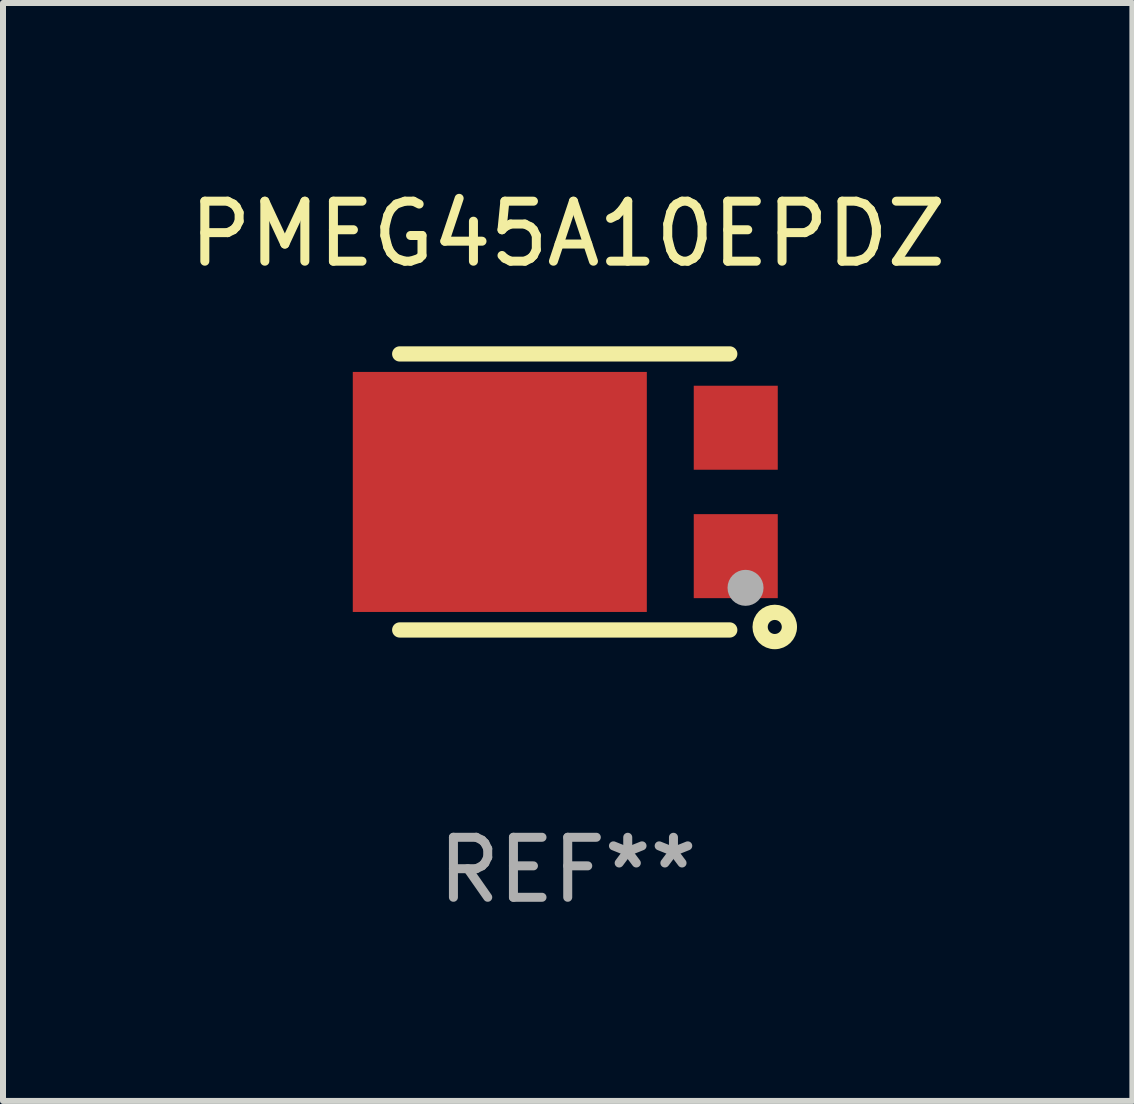
<source format=kicad_pcb>
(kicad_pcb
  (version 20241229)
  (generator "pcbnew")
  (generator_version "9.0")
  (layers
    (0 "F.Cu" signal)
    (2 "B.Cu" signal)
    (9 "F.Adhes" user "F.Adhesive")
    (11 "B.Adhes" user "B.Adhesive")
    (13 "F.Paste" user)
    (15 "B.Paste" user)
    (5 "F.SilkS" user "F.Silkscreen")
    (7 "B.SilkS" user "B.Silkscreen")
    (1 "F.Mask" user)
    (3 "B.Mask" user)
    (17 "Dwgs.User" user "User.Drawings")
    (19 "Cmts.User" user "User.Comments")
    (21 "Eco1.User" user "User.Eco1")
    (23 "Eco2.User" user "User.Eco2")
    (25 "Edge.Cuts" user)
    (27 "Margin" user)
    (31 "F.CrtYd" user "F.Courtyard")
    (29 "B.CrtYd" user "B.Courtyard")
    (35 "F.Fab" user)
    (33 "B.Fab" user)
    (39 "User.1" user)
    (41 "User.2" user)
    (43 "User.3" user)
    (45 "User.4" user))
  (footprint "PMEG45A10EPDZ"
    (layer "F.Cu")
    (at 6.411 5.148)
    (property "Reference" "PMEG45A10EPDZ" (at 0 -4.3 0) (layer "F.SilkS") (effects (font (size 1 1) (thickness 0.15))))
    (attr through_hole)
    (fp_line (start -2.8 2.3) (end 2.7 2.3) (stroke (width 0.254) (type solid)) (layer "F.SilkS"))
    (fp_line (start 2.7 -2.3) (end -2.8 -2.3) (stroke (width 0.254) (type solid)) (layer "F.SilkS"))
    (fp_circle (center 3.2 2.15) (end 3.23 2.15) (stroke (width 0.06) (type solid)) (fill no) (layer "F.SilkS"))
    (fp_circle (center 3.45 2.25) (end 3.567 2.25) (stroke (width 0.254) (type solid)) (fill no) (layer "F.SilkS"))
    (fp_circle (center 2.963 1.598) (end 3.113 1.598) (stroke (width 0.3) (type solid)) (fill no) (layer "F.Fab"))
    (fp_text user "REF**" (at 0 6.3 0) (layer "F.Fab") (effects (font (size 1 1) (thickness 0.15))))
    (pad "1" smd rect (at 2.8 1.07 90) (size 1.4 1.4) (layers "F.Cu" "F.Mask" "F.Paste"))
    (pad "2" smd rect (at 2.8 -1.07 90) (size 1.4 1.4) (layers "F.Cu" "F.Mask" "F.Paste"))
    (pad "3" smd rect (at -1.132 0 90) (size 4 4.9) (layers "F.Cu" "F.Mask" "F.Paste")))
  (gr_rect
    (start -3 -3)
    (end 15.821 15.297)
    (stroke (width 0.1) (type default))
    (fill no)
    (layer "Edge.Cuts")))
</source>
